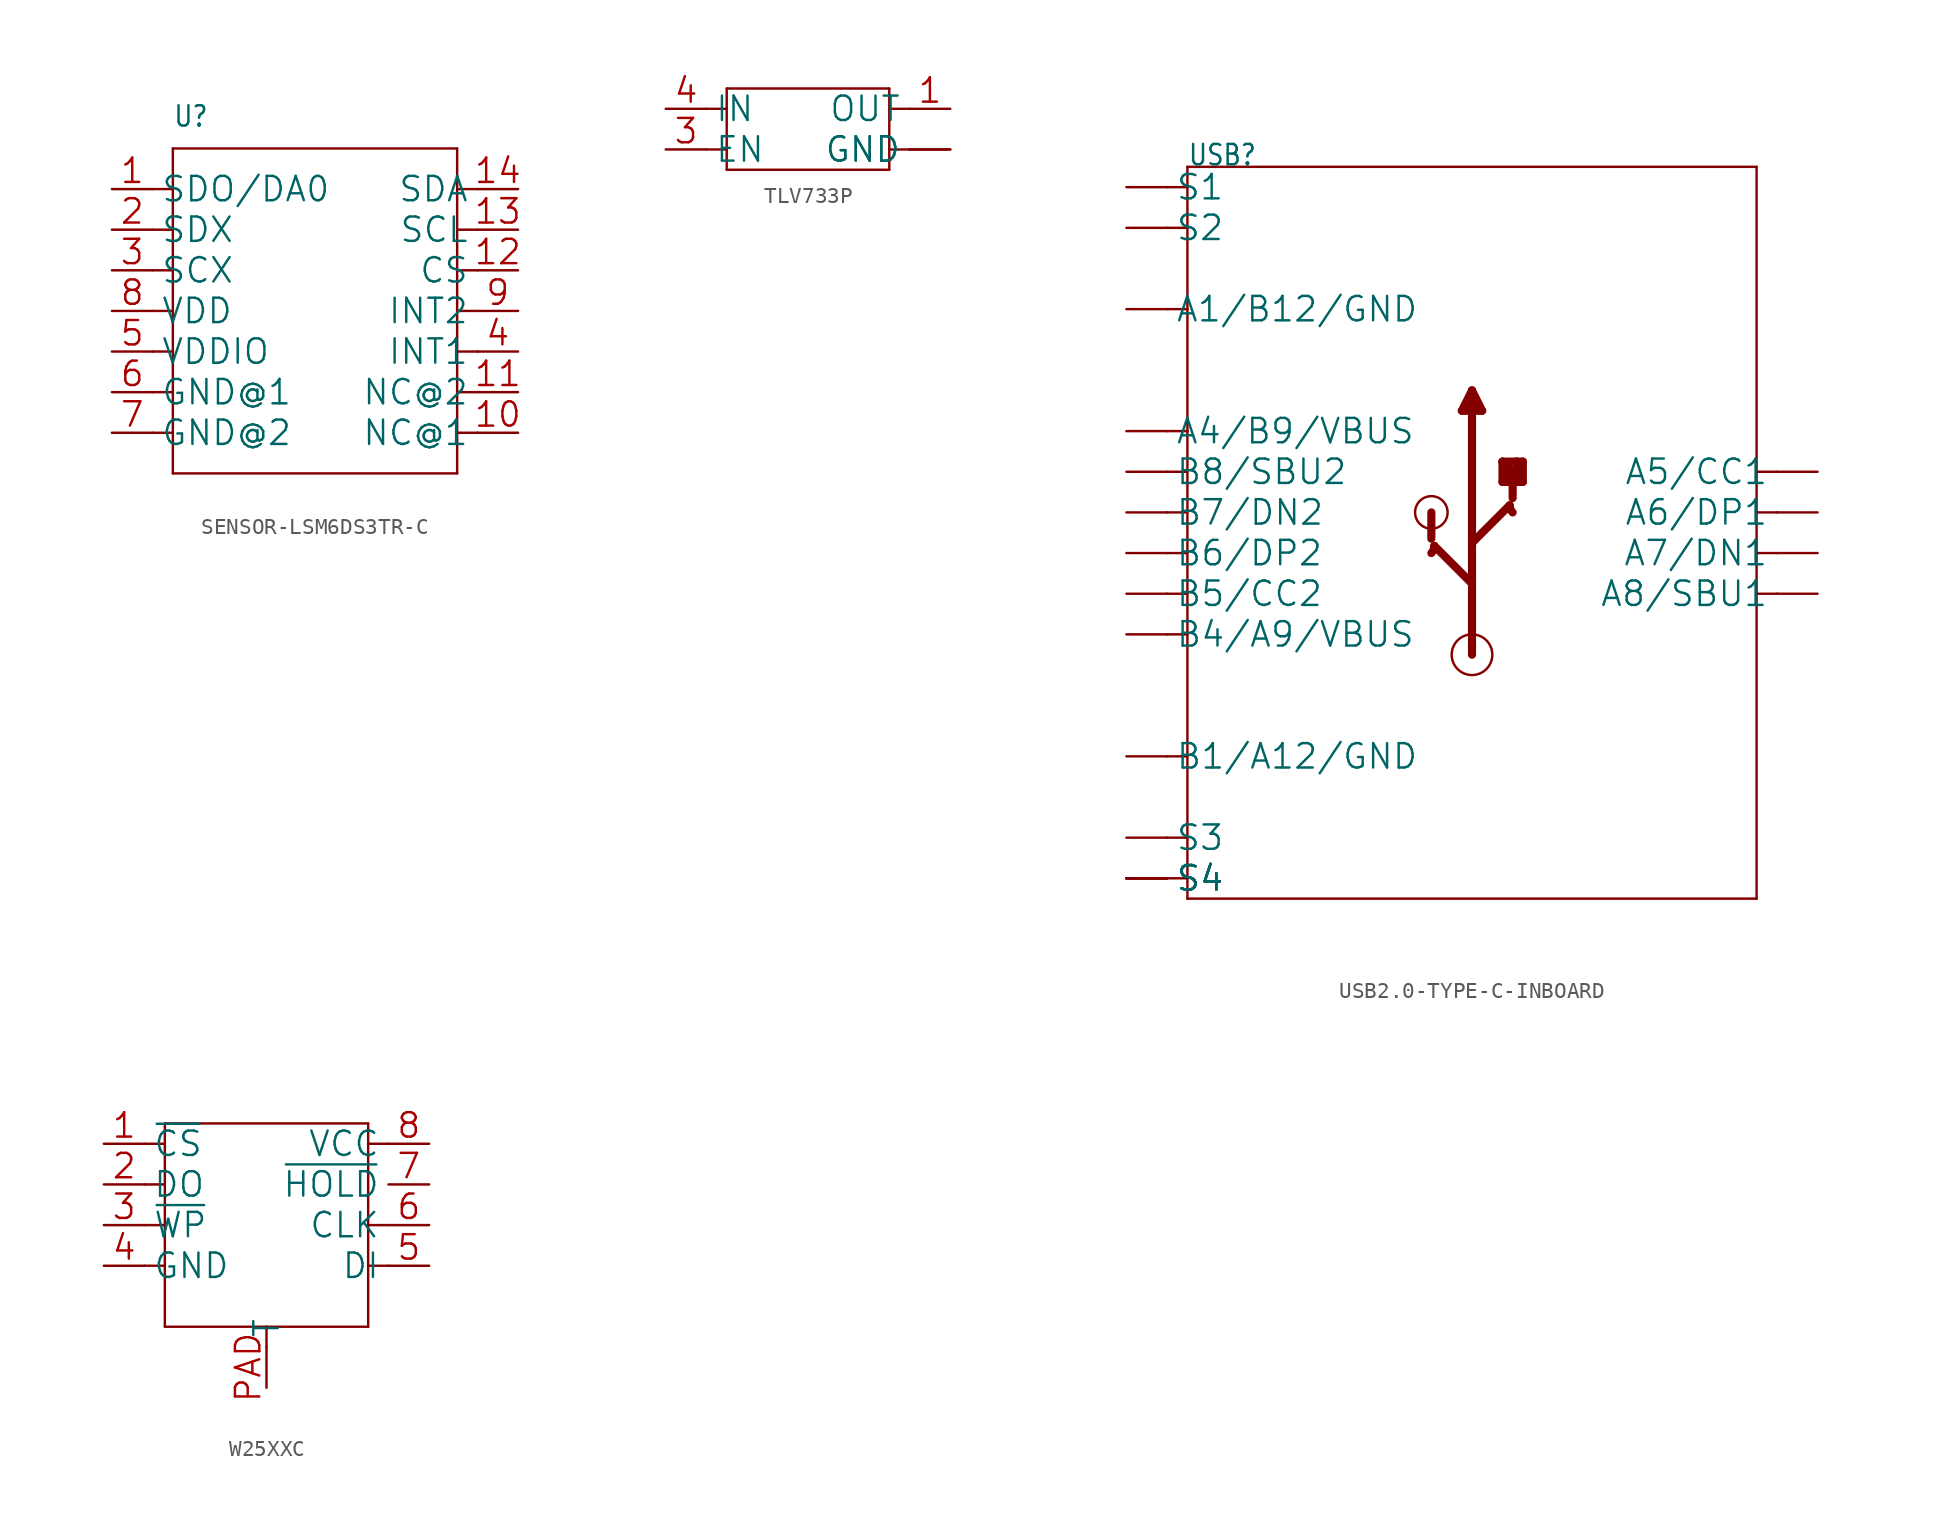
<source format=kicad_sym>
(kicad_symbol_lib
  (version 20241209)
  (generator "kicad_symbol_editor")
  (generator_version "9.0")
  (symbol "SENSOR-LSM6DS3TR-C"
    (property "Reference" "U"
      (at -8.89 11.43 0)
      (effects (font (size 1.27 1.079)) (justify left bottom)))
    (property "Value" ""
      (at -8.89 10.16 0)
      (effects (font (size 1.27 1.079)) (justify left bottom)))
    (property "ki_locked" ""
      (at 0 0 0)
      (effects (font (size 1.27 1.27))))
    (symbol "SENSOR-LSM6DS3TR-C_1_0"
      (polyline (pts (xy -8.89 10.16) (xy 8.89 10.16)) (stroke (width 0.152) (type solid)) (fill (type none)))
      (polyline (pts (xy -8.89 7.62) (xy -10.16 7.62)) (stroke (width 0.152) (type solid)) (fill (type none)))
      (polyline (pts (xy -8.89 7.62) (xy -8.89 10.16)) (stroke (width 0.152) (type solid)) (fill (type none)))
      (polyline (pts (xy -8.89 5.08) (xy -10.16 5.08)) (stroke (width 0.152) (type solid)) (fill (type none)))
      (polyline (pts (xy -8.89 5.08) (xy -8.89 7.62)) (stroke (width 0.152) (type solid)) (fill (type none)))
      (polyline (pts (xy -8.89 2.54) (xy -10.16 2.54)) (stroke (width 0.152) (type solid)) (fill (type none)))
      (polyline (pts (xy -8.89 2.54) (xy -8.89 5.08)) (stroke (width 0.152) (type solid)) (fill (type none)))
      (polyline (pts (xy -8.89 0) (xy -10.16 0)) (stroke (width 0.152) (type solid)) (fill (type none)))
      (polyline (pts (xy -8.89 0) (xy -8.89 2.54)) (stroke (width 0.152) (type solid)) (fill (type none)))
      (polyline (pts (xy -8.89 -2.54) (xy -10.16 -2.54)) (stroke (width 0.152) (type solid)) (fill (type none)))
      (polyline (pts (xy -8.89 -2.54) (xy -8.89 0)) (stroke (width 0.152) (type solid)) (fill (type none)))
      (polyline (pts (xy -8.89 -5.08) (xy -10.16 -5.08)) (stroke (width 0.152) (type solid)) (fill (type none)))
      (polyline (pts (xy -8.89 -5.08) (xy -8.89 -2.54)) (stroke (width 0.152) (type solid)) (fill (type none)))
      (polyline (pts (xy -8.89 -7.62) (xy -10.16 -7.62)) (stroke (width 0.152) (type solid)) (fill (type none)))
      (polyline (pts (xy -8.89 -7.62) (xy -8.89 -5.08)) (stroke (width 0.152) (type solid)) (fill (type none)))
      (polyline (pts (xy -8.89 -10.16) (xy -8.89 -7.62)) (stroke (width 0.152) (type solid)) (fill (type none)))
      (polyline (pts (xy 8.89 10.16) (xy 8.89 -10.16)) (stroke (width 0.152) (type solid)) (fill (type none)))
      (polyline (pts (xy 8.89 -10.16) (xy -8.89 -10.16)) (stroke (width 0.152) (type solid)) (fill (type none)))
      (polyline (pts (xy 10.16 7.62) (xy 8.89 7.62)) (stroke (width 0.152) (type solid)) (fill (type none)))
      (polyline (pts (xy 10.16 5.08) (xy 8.89 5.08)) (stroke (width 0.152) (type solid)) (fill (type none)))
      (polyline (pts (xy 10.16 2.54) (xy 8.89 2.54)) (stroke (width 0.152) (type solid)) (fill (type none)))
      (polyline (pts (xy 10.16 0) (xy 8.89 0)) (stroke (width 0.152) (type solid)) (fill (type none)))
      (polyline (pts (xy 10.16 -2.54) (xy 8.89 -2.54)) (stroke (width 0.152) (type solid)) (fill (type none)))
      (polyline (pts (xy 10.16 -5.08) (xy 8.89 -5.08)) (stroke (width 0.152) (type solid)) (fill (type none)))
      (polyline (pts (xy 10.16 -7.62) (xy 8.89 -7.62)) (stroke (width 0.152) (type solid)) (fill (type none)))
      (pin bidirectional line (at -12.7 7.62 0) (length 2.54) (name "SDO/DA0" (effects (font (size 1.524 1.524)))) (number "1" (effects (font (size 1.524 1.524)))))
      (pin bidirectional line (at -12.7 5.08 0) (length 2.54) (name "SDX" (effects (font (size 1.524 1.524)))) (number "2" (effects (font (size 1.524 1.524)))))
      (pin bidirectional line (at -12.7 2.54 0) (length 2.54) (name "SCX" (effects (font (size 1.524 1.524)))) (number "3" (effects (font (size 1.524 1.524)))))
      (pin bidirectional line (at -12.7 0 0) (length 2.54) (name "VDD" (effects (font (size 1.524 1.524)))) (number "8" (effects (font (size 1.524 1.524)))))
      (pin bidirectional line (at -12.7 -2.54 0) (length 2.54) (name "VDDIO" (effects (font (size 1.524 1.524)))) (number "5" (effects (font (size 1.524 1.524)))))
      (pin bidirectional line (at -12.7 -5.08 0) (length 2.54) (name "GND@1" (effects (font (size 1.524 1.524)))) (number "6" (effects (font (size 1.524 1.524)))))
      (pin bidirectional line (at -12.7 -7.62 0) (length 2.54) (name "GND@2" (effects (font (size 1.524 1.524)))) (number "7" (effects (font (size 1.524 1.524)))))
      (pin bidirectional line (at 12.7 7.62 180) (length 2.54) (name "SDA" (effects (font (size 1.524 1.524)))) (number "14" (effects (font (size 1.524 1.524)))))
      (pin bidirectional line (at 12.7 5.08 180) (length 2.54) (name "SCL" (effects (font (size 1.524 1.524)))) (number "13" (effects (font (size 1.524 1.524)))))
      (pin bidirectional line (at 12.7 2.54 180) (length 2.54) (name "CS" (effects (font (size 1.524 1.524)))) (number "12" (effects (font (size 1.524 1.524)))))
      (pin bidirectional line (at 12.7 0 180) (length 2.54) (name "INT2" (effects (font (size 1.524 1.524)))) (number "9" (effects (font (size 1.524 1.524)))))
      (pin bidirectional line (at 12.7 -2.54 180) (length 2.54) (name "INT1" (effects (font (size 1.524 1.524)))) (number "4" (effects (font (size 1.524 1.524)))))
      (pin bidirectional line (at 12.7 -5.08 180) (length 2.54) (name "NC@2" (effects (font (size 1.524 1.524)))) (number "11" (effects (font (size 1.524 1.524)))))
      (pin bidirectional line (at 12.7 -7.62 180) (length 2.54) (name "NC@1" (effects (font (size 1.524 1.524)))) (number "10" (effects (font (size 1.524 1.524)))))))
  (symbol "TLV733P"
    (property "Reference" "U"
      (at -5.08 2.54 0)
      (effects (font (size 1.27 1.079)) (justify left bottom) (hide yes)))
    (property "ki_locked" ""
      (at 0 0 0)
      (effects (font (size 1.27 1.27))))
    (symbol "TLV733P_1_0"
      (polyline (pts (xy -6.35 1.27) (xy -5.08 1.27)) (stroke (width 0.152) (type solid)) (fill (type none)))
      (polyline (pts (xy -6.35 -1.27) (xy -5.08 -1.27)) (stroke (width 0.152) (type solid)) (fill (type none)))
      (polyline (pts (xy -5.08 2.54) (xy 5.08 2.54)) (stroke (width 0.152) (type solid)) (fill (type none)))
      (polyline (pts (xy -5.08 1.27) (xy -5.08 2.54)) (stroke (width 0.152) (type solid)) (fill (type none)))
      (polyline (pts (xy -5.08 -1.27) (xy -5.08 1.27)) (stroke (width 0.152) (type solid)) (fill (type none)))
      (polyline (pts (xy -5.08 -2.54) (xy -5.08 -1.27)) (stroke (width 0.152) (type solid)) (fill (type none)))
      (polyline (pts (xy 5.08 2.54) (xy 5.08 1.27)) (stroke (width 0.152) (type solid)) (fill (type none)))
      (polyline (pts (xy 5.08 1.27) (xy 5.08 -1.27)) (stroke (width 0.152) (type solid)) (fill (type none)))
      (polyline (pts (xy 5.08 -1.27) (xy 5.08 -2.54)) (stroke (width 0.152) (type solid)) (fill (type none)))
      (polyline (pts (xy 5.08 -2.54) (xy -5.08 -2.54)) (stroke (width 0.152) (type solid)) (fill (type none)))
      (polyline (pts (xy 6.35 1.27) (xy 5.08 1.27)) (stroke (width 0.152) (type solid)) (fill (type none)))
      (polyline (pts (xy 6.35 -1.27) (xy 5.08 -1.27)) (stroke (width 0.152) (type solid)) (fill (type none)))
      (pin bidirectional line (at -8.89 1.27 0) (length 2.54) (name "IN" (effects (font (size 1.524 1.524)))) (number "4" (effects (font (size 1.524 1.524)))))
      (pin bidirectional line (at -8.89 -1.27 0) (length 2.54) (name "EN" (effects (font (size 1.524 1.524)))) (number "3" (effects (font (size 1.524 1.524)))))
      (pin bidirectional line (at 8.89 1.27 180) (length 2.54) (name "OUT" (effects (font (size 1.524 1.524)))) (number "1" (effects (font (size 1.524 1.524)))))
      (pin bidirectional line (at 8.89 -1.27 180) (length 2.54) (name "GND" (effects (font (size 1.524 1.524)))) (number "2" (effects (font (size 0 0)))))
      (pin bidirectional line (at 8.89 -1.27 180) (length 2.54) (name "GND" (effects (font (size 1.524 1.524)))) (number "T" (effects (font (size 0 0)))))))
  (symbol "USB2.0-TYPE-C-INBOARD"
    (property "Reference" "USB"
      (at -17.78 22.86 0)
      (effects (font (size 1.27 1.079)) (justify left bottom)))
    (property "Value" ""
      (at -7.62 22.86 0)
      (effects (font (size 1.27 1.079)) (justify left bottom)))
    (property "ki_locked" ""
      (at 0 0 0)
      (effects (font (size 1.27 1.27))))
    (symbol "USB2.0-TYPE-C-INBOARD_1_0"
      (polyline (pts (xy -19.05 21.59) (xy -17.78 21.59)) (stroke (width 0.152) (type solid)) (fill (type none)))
      (polyline (pts (xy -19.05 19.05) (xy -17.78 19.05)) (stroke (width 0.152) (type solid)) (fill (type none)))
      (polyline (pts (xy -19.05 13.97) (xy -17.78 13.97)) (stroke (width 0.152) (type solid)) (fill (type none)))
      (polyline (pts (xy -19.05 6.35) (xy -17.78 6.35)) (stroke (width 0.152) (type solid)) (fill (type none)))
      (polyline (pts (xy -19.05 3.81) (xy -17.78 3.81)) (stroke (width 0.152) (type solid)) (fill (type none)))
      (polyline (pts (xy -19.05 1.27) (xy -17.78 1.27)) (stroke (width 0.152) (type solid)) (fill (type none)))
      (polyline (pts (xy -19.05 -1.27) (xy -17.78 -1.27)) (stroke (width 0.152) (type solid)) (fill (type none)))
      (polyline (pts (xy -19.05 -3.81) (xy -17.78 -3.81)) (stroke (width 0.152) (type solid)) (fill (type none)))
      (polyline (pts (xy -19.05 -6.35) (xy -17.78 -6.35)) (stroke (width 0.152) (type solid)) (fill (type none)))
      (polyline (pts (xy -19.05 -13.97) (xy -17.78 -13.97)) (stroke (width 0.152) (type solid)) (fill (type none)))
      (polyline (pts (xy -19.05 -19.05) (xy -17.78 -19.05)) (stroke (width 0.152) (type solid)) (fill (type none)))
      (polyline (pts (xy -19.05 -21.59) (xy -17.78 -21.59)) (stroke (width 0.152) (type solid)) (fill (type none)))
      (polyline (pts (xy -17.78 22.86) (xy 17.78 22.86)) (stroke (width 0.152) (type solid)) (fill (type none)))
      (polyline (pts (xy -17.78 21.59) (xy -17.78 22.86)) (stroke (width 0.152) (type solid)) (fill (type none)))
      (polyline (pts (xy -17.78 19.05) (xy -17.78 21.59)) (stroke (width 0.152) (type solid)) (fill (type none)))
      (polyline (pts (xy -17.78 13.97) (xy -17.78 19.05)) (stroke (width 0.152) (type solid)) (fill (type none)))
      (polyline (pts (xy -17.78 6.35) (xy -17.78 13.97)) (stroke (width 0.152) (type solid)) (fill (type none)))
      (polyline (pts (xy -17.78 -19.05) (xy -17.78 6.35)) (stroke (width 0.152) (type solid)) (fill (type none)))
      (polyline (pts (xy -17.78 -21.59) (xy -17.78 -19.05)) (stroke (width 0.152) (type solid)) (fill (type none)))
      (polyline (pts (xy -17.78 -22.86) (xy -17.78 -21.59)) (stroke (width 0.152) (type solid)) (fill (type none)))
      (arc (start -2.354 -0.8209) (mid -2.4023 -1.0639) (end -2.54 -1.2698) (stroke (width 0.508) (type solid)) (fill (type none)))
      (circle (center -2.54 1.27) (radius 1.016) (stroke (width 0) (type solid)) (fill (type none)))
      (polyline (pts (xy -2.54 -0.372) (xy -2.54 1.27)) (stroke (width 0.508) (type solid)) (fill (type none)))
      (polyline (pts (xy -0.635 7.62) (xy 0.635 7.62)) (stroke (width 0.508) (type solid)) (fill (type none)))
      (polyline (pts (xy 0 8.89) (xy -0.635 7.62)) (stroke (width 0.508) (type solid)) (fill (type none)))
      (polyline (pts (xy 0 -0.635) (xy 0 8.89)) (stroke (width 0.508) (type solid)) (fill (type none)))
      (polyline (pts (xy 0 -0.635) (xy 2.354 1.719)) (stroke (width 0.508) (type solid)) (fill (type none)))
      (polyline (pts (xy 0 -3.175) (xy -2.354 -0.821)) (stroke (width 0.508) (type solid)) (fill (type none)))
      (polyline (pts (xy 0 -3.175) (xy 0 -0.635)) (stroke (width 0.508) (type solid)) (fill (type none)))
      (polyline (pts (xy 0 -7.62) (xy 0 -3.175)) (stroke (width 0.508) (type solid)) (fill (type none)))
      (circle (center 0 -7.62) (radius 1.27) (stroke (width 0) (type solid)) (fill (type none)))
      (polyline (pts (xy 0.635 7.62) (xy 0 8.89)) (stroke (width 0.508) (type solid)) (fill (type none)))
      (polyline (pts (xy 1.905 4.445) (xy 2.794 4.445)) (stroke (width 0.508) (type solid)) (fill (type none)))
      (polyline (pts (xy 1.905 3.175) (xy 1.905 4.445)) (stroke (width 0.508) (type solid)) (fill (type none)))
      (polyline (pts (xy 2.159 3.302) (xy 2.159 3.81)) (stroke (width 0.508) (type solid)) (fill (type none)))
      (polyline (pts (xy 2.54 3.81) (xy 1.905 4.445)) (stroke (width 0.508) (type solid)) (fill (type none)))
      (polyline (pts (xy 2.54 2.168) (xy 2.54 3.81)) (stroke (width 0.508) (type solid)) (fill (type none)))
      (polyline (pts (xy 2.794 4.445) (xy 2.794 3.302)) (stroke (width 0.508) (type solid)) (fill (type none)))
      (polyline (pts (xy 2.794 4.445) (xy 3.175 4.445)) (stroke (width 0.508) (type solid)) (fill (type none)))
      (polyline (pts (xy 2.794 3.302) (xy 2.159 3.302)) (stroke (width 0.508) (type solid)) (fill (type none)))
      (arc (start 2.5399 1.27) (mid 2.4023 1.476) (end 2.354 1.719) (stroke (width 0.508) (type solid)) (fill (type none)))
      (polyline (pts (xy 3.175 4.445) (xy 3.175 3.175)) (stroke (width 0.508) (type solid)) (fill (type none)))
      (polyline (pts (xy 3.175 3.175) (xy 1.905 3.175)) (stroke (width 0.508) (type solid)) (fill (type none)))
      (polyline (pts (xy 17.78 22.86) (xy 17.78 -22.86)) (stroke (width 0.152) (type solid)) (fill (type none)))
      (polyline (pts (xy 17.78 -22.86) (xy -17.78 -22.86)) (stroke (width 0.152) (type solid)) (fill (type none)))
      (polyline (pts (xy 19.05 3.81) (xy 17.78 3.81)) (stroke (width 0.152) (type solid)) (fill (type none)))
      (polyline (pts (xy 19.05 1.27) (xy 17.78 1.27)) (stroke (width 0.152) (type solid)) (fill (type none)))
      (polyline (pts (xy 19.05 -1.27) (xy 17.78 -1.27)) (stroke (width 0.152) (type solid)) (fill (type none)))
      (polyline (pts (xy 19.05 -3.81) (xy 17.78 -3.81)) (stroke (width 0.152) (type solid)) (fill (type none)))
      (pin bidirectional line (at -21.59 21.59 0) (length 2.54) (name "S1" (effects (font (size 1.524 1.524)))) (number "S1" (effects (font (size 0 0)))))
      (pin bidirectional line (at -21.59 19.05 0) (length 2.54) (name "S2" (effects (font (size 1.524 1.524)))) (number "S2" (effects (font (size 0 0)))))
      (pin bidirectional line (at -21.59 13.97 0) (length 2.54) (name "A1/B12/GND" (effects (font (size 1.524 1.524)))) (number "A1_B12" (effects (font (size 0 0)))))
      (pin bidirectional line (at -21.59 6.35 0) (length 2.54) (name "A4/B9/VBUS" (effects (font (size 1.524 1.524)))) (number "A4_B9" (effects (font (size 0 0)))))
      (pin bidirectional line (at -21.59 3.81 0) (length 2.54) (name "B8/SBU2" (effects (font (size 1.524 1.524)))) (number "B8" (effects (font (size 0 0)))))
      (pin bidirectional line (at -21.59 1.27 0) (length 2.54) (name "B7/DN2" (effects (font (size 1.524 1.524)))) (number "B7" (effects (font (size 0 0)))))
      (pin bidirectional line (at -21.59 -1.27 0) (length 2.54) (name "B6/DP2" (effects (font (size 1.524 1.524)))) (number "B6" (effects (font (size 0 0)))))
      (pin bidirectional line (at -21.59 -3.81 0) (length 2.54) (name "B5/CC2" (effects (font (size 1.524 1.524)))) (number "B5" (effects (font (size 0 0)))))
      (pin bidirectional line (at -21.59 -6.35 0) (length 2.54) (name "B4/A9/VBUS" (effects (font (size 1.524 1.524)))) (number "B4_A9" (effects (font (size 0 0)))))
      (pin bidirectional line (at -21.59 -13.97 0) (length 2.54) (name "B1/A12/GND" (effects (font (size 1.524 1.524)))) (number "B1_A12" (effects (font (size 0 0)))))
      (pin bidirectional line (at -21.59 -19.05 0) (length 2.54) (name "S3" (effects (font (size 1.524 1.524)))) (number "S3" (effects (font (size 0 0)))))
      (pin bidirectional line (at -21.59 -21.59 0) (length 2.54) (name "S4" (effects (font (size 1.524 1.524)))) (number "S4" (effects (font (size 0 0)))))
      (pin bidirectional line (at -21.59 -21.59 0) (length 2.54) (name "S4" (effects (font (size 1.524 1.524)))) (number "SS1" (effects (font (size 0 0)))))
      (pin bidirectional line (at -21.59 -21.59 0) (length 2.54) (name "S4" (effects (font (size 1.524 1.524)))) (number "SS2" (effects (font (size 0 0)))))
      (pin bidirectional line (at -21.59 -21.59 0) (length 2.54) (name "S4" (effects (font (size 1.524 1.524)))) (number "SS3" (effects (font (size 0 0)))))
      (pin bidirectional line (at -21.59 -21.59 0) (length 2.54) (name "S4" (effects (font (size 1.524 1.524)))) (number "SS4" (effects (font (size 0 0)))))
      (pin bidirectional line (at 21.59 3.81 180) (length 2.54) (name "A5/CC1" (effects (font (size 1.524 1.524)))) (number "A5" (effects (font (size 0 0)))))
      (pin bidirectional line (at 21.59 1.27 180) (length 2.54) (name "A6/DP1" (effects (font (size 1.524 1.524)))) (number "A6" (effects (font (size 0 0)))))
      (pin bidirectional line (at 21.59 -1.27 180) (length 2.54) (name "A7/DN1" (effects (font (size 1.524 1.524)))) (number "A7" (effects (font (size 0 0)))))
      (pin bidirectional line (at 21.59 -3.81 180) (length 2.54) (name "A8/SBU1" (effects (font (size 1.524 1.524)))) (number "A8" (effects (font (size 0 0)))))))
  (symbol "W25XXC"
    (property "Reference" "U"
      (at -6.35 6.35 0)
      (effects (font (size 1.27 1.079)) (justify left bottom) (hide yes)))
    (property "ki_locked" ""
      (at 0 0 0)
      (effects (font (size 1.27 1.27))))
    (symbol "W25XXC_1_0"
      (polyline (pts (xy -7.62 5.08) (xy -6.35 5.08)) (stroke (width 0.152) (type solid)) (fill (type none)))
      (polyline (pts (xy -7.62 2.54) (xy -6.35 2.54)) (stroke (width 0.152) (type solid)) (fill (type none)))
      (polyline (pts (xy -7.62 0) (xy -6.35 0)) (stroke (width 0.152) (type solid)) (fill (type none)))
      (polyline (pts (xy -7.62 -2.54) (xy -6.35 -2.54)) (stroke (width 0.152) (type solid)) (fill (type none)))
      (polyline (pts (xy -6.35 6.35) (xy 6.35 6.35)) (stroke (width 0.152) (type solid)) (fill (type none)))
      (polyline (pts (xy -6.35 5.08) (xy -6.35 6.35)) (stroke (width 0.152) (type solid)) (fill (type none)))
      (polyline (pts (xy -6.35 2.54) (xy -6.35 5.08)) (stroke (width 0.152) (type solid)) (fill (type none)))
      (polyline (pts (xy -6.35 0) (xy -6.35 2.54)) (stroke (width 0.152) (type solid)) (fill (type none)))
      (polyline (pts (xy -6.35 -2.54) (xy -6.35 0)) (stroke (width 0.152) (type solid)) (fill (type none)))
      (polyline (pts (xy -6.35 -6.35) (xy -6.35 -2.54)) (stroke (width 0.152) (type solid)) (fill (type none)))
      (polyline (pts (xy 0 -6.35) (xy -6.35 -6.35)) (stroke (width 0.152) (type solid)) (fill (type none)))
      (polyline (pts (xy 0 -7.62) (xy 0 -6.35)) (stroke (width 0.152) (type solid)) (fill (type none)))
      (polyline (pts (xy 6.35 6.35) (xy 6.35 5.08)) (stroke (width 0.152) (type solid)) (fill (type none)))
      (polyline (pts (xy 6.35 5.08) (xy 6.35 0)) (stroke (width 0.152) (type solid)) (fill (type none)))
      (polyline (pts (xy 6.35 0) (xy 6.35 -2.54)) (stroke (width 0.152) (type solid)) (fill (type none)))
      (polyline (pts (xy 6.35 -2.54) (xy 6.35 -6.35)) (stroke (width 0.152) (type solid)) (fill (type none)))
      (polyline (pts (xy 6.35 -6.35) (xy 0 -6.35)) (stroke (width 0.152) (type solid)) (fill (type none)))
      (polyline (pts (xy 7.62 5.08) (xy 6.35 5.08)) (stroke (width 0.152) (type solid)) (fill (type none)))
      (polyline (pts (xy 7.62 0) (xy 6.35 0)) (stroke (width 0.152) (type solid)) (fill (type none)))
      (polyline (pts (xy 7.62 -2.54) (xy 6.35 -2.54)) (stroke (width 0.152) (type solid)) (fill (type none)))
      (pin bidirectional line (at -10.16 5.08 0) (length 2.54) (name "~{CS}" (effects (font (size 1.524 1.524)))) (number "1" (effects (font (size 1.524 1.524)))))
      (pin bidirectional line (at -10.16 2.54 0) (length 2.54) (name "DO" (effects (font (size 1.524 1.524)))) (number "2" (effects (font (size 1.524 1.524)))))
      (pin bidirectional line (at -10.16 0 0) (length 2.54) (name "~{WP}" (effects (font (size 1.524 1.524)))) (number "3" (effects (font (size 1.524 1.524)))))
      (pin bidirectional line (at -10.16 -2.54 0) (length 2.54) (name "GND" (effects (font (size 1.524 1.524)))) (number "4" (effects (font (size 1.524 1.524)))))
      (pin bidirectional line (at 0 -10.16 90) (length 2.54) (name "T" (effects (font (size 1.524 1.524)))) (number "PAD" (effects (font (size 1.524 1.524)))))
      (pin bidirectional line (at 10.16 5.08 180) (length 2.54) (name "VCC" (effects (font (size 1.524 1.524)))) (number "8" (effects (font (size 1.524 1.524)))))
      (pin bidirectional line (at 10.16 2.54 180) (length 2.54) (name "~{HOLD}" (effects (font (size 1.524 1.524)))) (number "7" (effects (font (size 1.524 1.524)))))
      (pin bidirectional line (at 10.16 0 180) (length 2.54) (name "CLK" (effects (font (size 1.524 1.524)))) (number "6" (effects (font (size 1.524 1.524)))))
      (pin bidirectional line (at 10.16 -2.54 180) (length 2.54) (name "DI" (effects (font (size 1.524 1.524)))) (number "5" (effects (font (size 1.524 1.524))))))))
</source>
